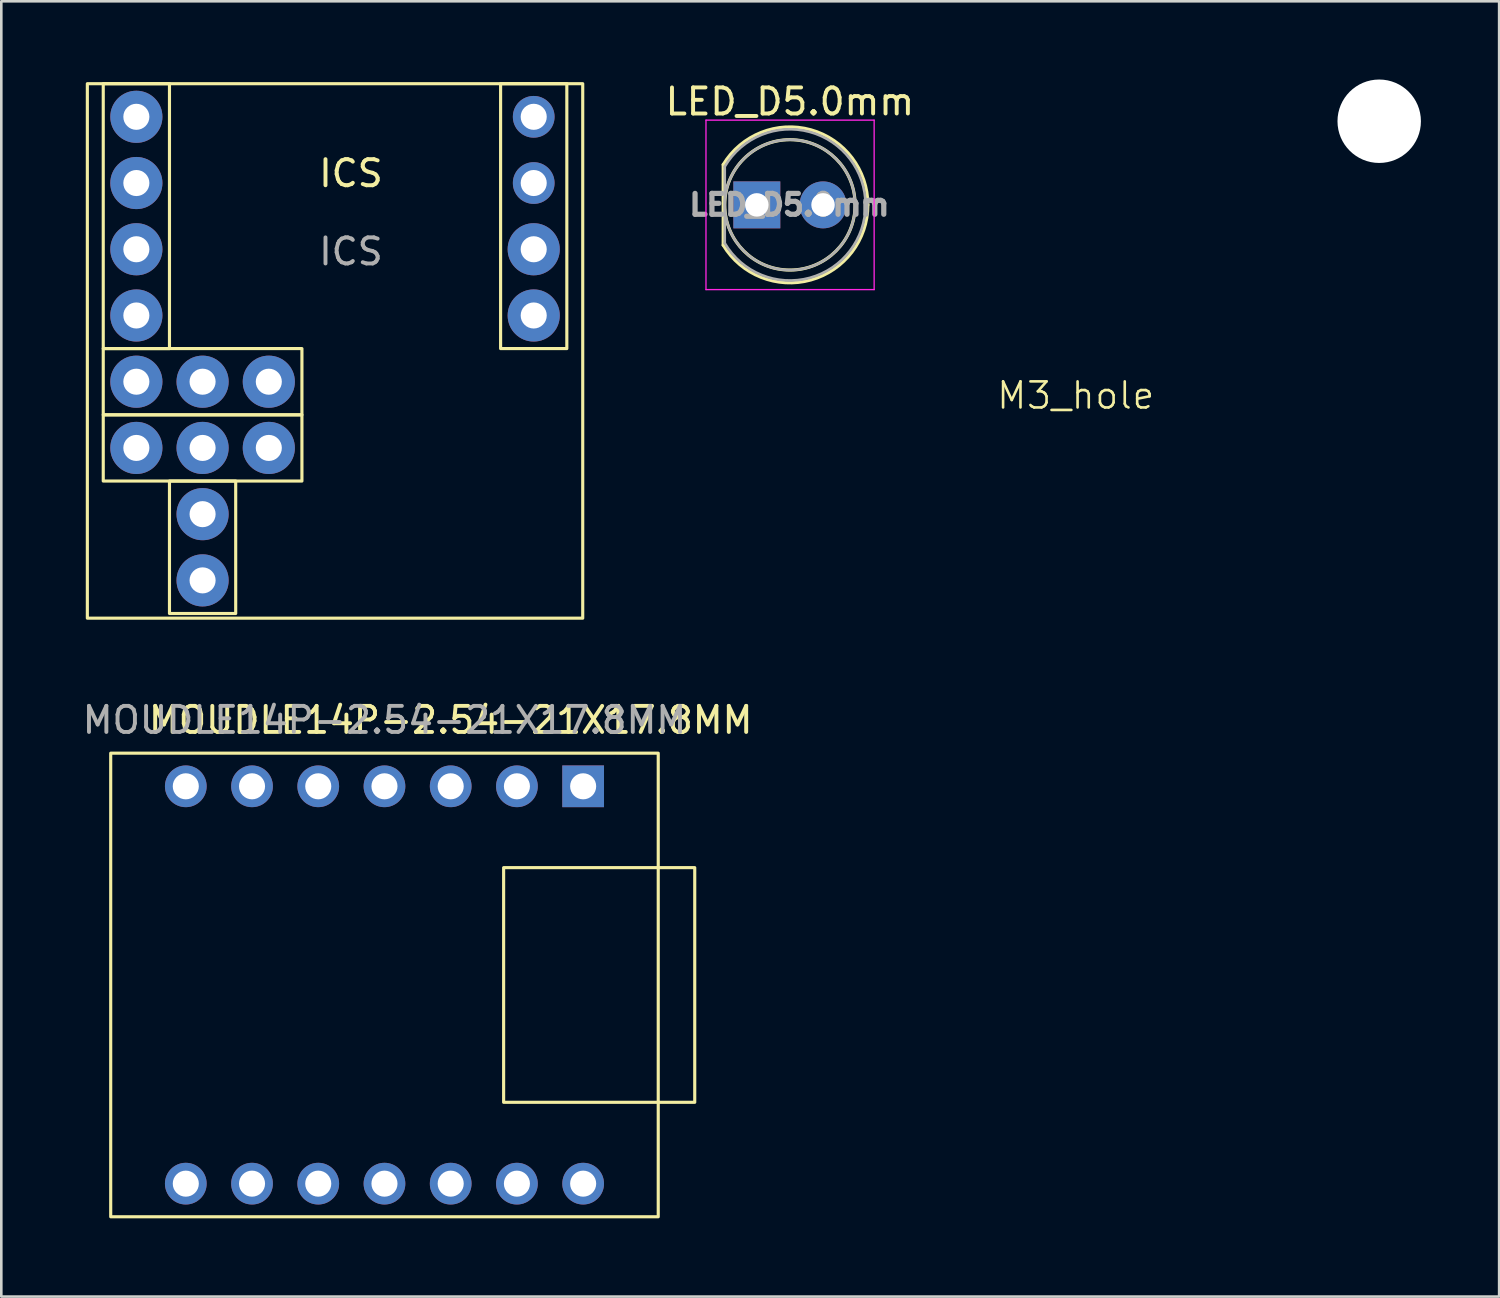
<source format=kicad_pcb>
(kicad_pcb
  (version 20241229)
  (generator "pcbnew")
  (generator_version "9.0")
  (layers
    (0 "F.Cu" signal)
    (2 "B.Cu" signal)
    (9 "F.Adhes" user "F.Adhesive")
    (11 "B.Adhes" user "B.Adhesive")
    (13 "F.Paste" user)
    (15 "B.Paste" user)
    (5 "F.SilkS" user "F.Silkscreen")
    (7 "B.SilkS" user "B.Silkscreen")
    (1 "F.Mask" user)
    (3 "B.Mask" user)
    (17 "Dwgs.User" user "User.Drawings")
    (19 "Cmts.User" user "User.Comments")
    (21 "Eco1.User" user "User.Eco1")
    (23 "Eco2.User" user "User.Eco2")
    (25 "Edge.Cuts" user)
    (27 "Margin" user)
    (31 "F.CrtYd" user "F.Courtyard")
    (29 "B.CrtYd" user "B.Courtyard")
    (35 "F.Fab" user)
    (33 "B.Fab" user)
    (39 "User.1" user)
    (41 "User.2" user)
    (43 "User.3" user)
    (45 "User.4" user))
  (footprint "MOUDLE14P-2.54-21X17.8MM"
    (layer "F.Cu")
    (at 11.696 34.728)
    (property "Reference" "MOUDLE14P-2.54-21X17.8MM" (at 2.54 -10.16 0) (unlocked yes) (layer "F.SilkS") (effects (font (size 1 1) (thickness 0.15))))
    (attr through_hole)
    (fp_rect (start -10.5 -8.89) (end 10.5 8.89) (stroke (width 0.12) (type solid)) (fill no) (layer "F.SilkS"))
    (fp_rect (start 4.57 -4.5) (end 11.9 4.5) (stroke (width 0.12) (type solid)) (fill no) (layer "F.SilkS"))
    (fp_text user "${REFERENCE}" (at 0 -10.16 0) (unlocked yes) (layer "F.Fab") (effects (font (size 1 1) (thickness 0.15))))
    (pad "1" thru_hole rect (at 7.62 -7.62) (size 1.6 1.6) (drill 1) (layers "*.Cu" "*.Mask"))
    (pad "2" thru_hole circle (at 5.08 -7.62) (size 1.6 1.6) (drill 1) (layers "*.Cu" "*.Mask"))
    (pad "3" thru_hole circle (at 2.54 -7.62) (size 1.6 1.6) (drill 1) (layers "*.Cu" "*.Mask"))
    (pad "4" thru_hole circle (at 0 -7.62) (size 1.6 1.6) (drill 1) (layers "*.Cu" "*.Mask"))
    (pad "5" thru_hole circle (at -2.54 -7.62) (size 1.6 1.6) (drill 1) (layers "*.Cu" "*.Mask"))
    (pad "6" thru_hole circle (at -5.08 -7.62) (size 1.6 1.6) (drill 1) (layers "*.Cu" "*.Mask"))
    (pad "7" thru_hole circle (at -7.62 -7.62) (size 1.6 1.6) (drill 1) (layers "*.Cu" "*.Mask"))
    (pad "8" thru_hole circle (at -7.62 7.62) (size 1.6 1.6) (drill 1) (layers "*.Cu" "*.Mask"))
    (pad "9" thru_hole circle (at -5.08 7.62) (size 1.6 1.6) (drill 1) (layers "*.Cu" "*.Mask"))
    (pad "10" thru_hole circle (at -2.54 7.62) (size 1.6 1.6) (drill 1) (layers "*.Cu" "*.Mask"))
    (pad "11" thru_hole circle (at 0 7.62) (size 1.6 1.6) (drill 1) (layers "*.Cu" "*.Mask"))
    (pad "12" thru_hole circle (at 2.54 7.62) (size 1.6 1.6) (drill 1) (layers "*.Cu" "*.Mask"))
    (pad "13" thru_hole circle (at 5.08 7.62) (size 1.6 1.6) (drill 1) (layers "*.Cu" "*.Mask"))
    (pad "14" thru_hole circle (at 7.62 7.62) (size 1.6 1.6) (drill 1) (layers "*.Cu" "*.Mask")))
  (footprint "M3_hole"
    (layer "F.Cu")
    (at 49.848 1.6)
    (property "Reference" "M3_hole" (at -11.64 10.52 0) (unlocked yes) (layer "F.SilkS") (effects (font (size 1 1) (thickness 0.1))))
    (attr through_hole)
    (pad "" np_thru_hole circle (at 0 0) (size 3.2 3.2) (drill 3.2) (layers "*.Cu" "*.Mask")))
  (footprint "LED_D5.0mm"
    (layer "F.Cu")
    (at 25.977 4.808)
    (property "Reference" "LED_D5.0mm" (at 1.27 -3.96 0) (layer "F.SilkS") (effects (font (size 1 1) (thickness 0.15))))
    (attr through_hole)
    (fp_line (start -1.29 -1.545) (end -1.29 1.545) (stroke (width 0.12) (type solid)) (layer "F.SilkS"))
    (fp_arc (start -1.29 -1.54483) (mid 2.072002 -2.880433) (end 4.26 0.000462) (stroke (width 0.12) (type solid)) (layer "F.SilkS"))
    (fp_arc (start 4.26 -0.000462) (mid 2.072002 2.880433) (end -1.29 1.54483) (stroke (width 0.12) (type solid)) (layer "F.SilkS"))
    (fp_circle (center 1.27 0) (end 3.77 0) (stroke (width 0.12) (type solid)) (fill no) (layer "F.SilkS"))
    (fp_line (start -1.95 -3.25) (end -1.95 3.25) (stroke (width 0.05) (type solid)) (layer "F.CrtYd"))
    (fp_line (start -1.95 3.25) (end 4.5 3.25) (stroke (width 0.05) (type solid)) (layer "F.CrtYd"))
    (fp_line (start 4.5 -3.25) (end -1.95 -3.25) (stroke (width 0.05) (type solid)) (layer "F.CrtYd"))
    (fp_line (start 4.5 3.25) (end 4.5 -3.25) (stroke (width 0.05) (type solid)) (layer "F.CrtYd"))
    (fp_line (start -1.23 -1.47) (end -1.23 1.47) (stroke (width 0.1) (type solid)) (layer "F.Fab"))
    (fp_arc (start -1.23 -1.469694) (mid 4.17 0.000016) (end -1.230016 1.469666) (stroke (width 0.1) (type solid)) (layer "F.Fab"))
    (fp_circle (center 1.27 0) (end 3.77 0) (stroke (width 0.1) (type solid)) (fill no) (layer "F.Fab"))
    (fp_text user "${REFERENCE}" (at 1.25 0 0) (layer "F.Fab") (effects (font (size 0.8 0.8) (thickness 0.2))))
    (pad "1" thru_hole rect (at 0 0) (size 1.8 1.8) (drill 0.9) (layers "*.Cu" "*.Mask"))
    (pad "2" thru_hole circle (at 2.54 0) (size 1.8 1.8) (drill 0.9) (layers "*.Cu" "*.Mask")))
  (footprint "ICS"
    (layer "F.Cu")
    (at 0.25 0.25)
    (property "Reference" "ICS" (at 10.16 3.35 0) (unlocked yes) (layer "F.SilkS") (effects (font (size 1 1) (thickness 0.15))))
    (attr through_hole)
    (fp_rect (start 0.05 -0.09) (end 19.05 20.41) (stroke (width 0.12) (type solid)) (fill no) (layer "F.SilkS"))
    (fp_rect (start 0.66 -0.09) (end 3.2 10.07) (stroke (width 0.12) (type solid)) (fill no) (layer "F.SilkS"))
    (fp_rect (start 0.66 12.61) (end 8.28 10.07) (stroke (width 0.12) (type solid)) (fill no) (layer "F.SilkS"))
    (fp_rect (start 0.66 15.15) (end 8.28 12.61) (stroke (width 0.12) (type solid)) (fill no) (layer "F.SilkS"))
    (fp_rect (start 5.74 20.23) (end 3.2 15.15) (stroke (width 0.12) (type solid)) (fill no) (layer "F.SilkS"))
    (fp_rect (start 15.9 -0.09) (end 18.44 10.07) (stroke (width 0.12) (type solid)) (fill no) (layer "F.SilkS"))
    (fp_text user "${REFERENCE}" (at 10.16 6.35 0) (unlocked yes) (layer "F.Fab") (effects (font (size 1 1) (thickness 0.15))))
    (pad "1" thru_hole circle (at 1.93 1.18) (size 2 2) (drill 1) (layers "*.Cu" "*.Mask"))
    (pad "2" thru_hole circle (at 1.93 3.72) (size 2 2) (drill 1) (layers "*.Cu" "*.Mask"))
    (pad "3" thru_hole circle (at 1.93 6.26) (size 2 2) (drill 1) (layers "*.Cu" "*.Mask"))
    (pad "4" thru_hole circle (at 1.93 8.8) (size 2 2) (drill 1) (layers "*.Cu" "*.Mask"))
    (pad "5" thru_hole circle (at 17.17 8.8) (size 2 2) (drill 1) (layers "*.Cu" "*.Mask"))
    (pad "6" thru_hole circle (at 17.17 6.26) (size 2 2) (drill 1) (layers "*.Cu" "*.Mask"))
    (pad "7" thru_hole circle (at 17.17 3.72) (size 1.6 1.6) (drill 1) (layers "*.Cu" "*.Mask"))
    (pad "8" thru_hole circle (at 17.17 1.18) (size 1.6 1.6) (drill 1) (layers "*.Cu" "*.Mask"))
    (pad "9" thru_hole circle (at 1.93 11.34) (size 2 2) (drill 1) (layers "*.Cu" "*.Mask"))
    (pad "10" thru_hole circle (at 4.47 11.34) (size 2 2) (drill 1) (layers "*.Cu" "*.Mask"))
    (pad "11" thru_hole circle (at 7.01 11.34) (size 2 2) (drill 1) (layers "*.Cu" "*.Mask"))
    (pad "12" thru_hole circle (at 1.93 13.88) (size 2 2) (drill 1) (layers "*.Cu" "*.Mask"))
    (pad "13" thru_hole circle (at 4.47 13.88) (size 2 2) (drill 1) (layers "*.Cu" "*.Mask"))
    (pad "14" thru_hole circle (at 7.01 13.88) (size 2 2) (drill 1) (layers "*.Cu" "*.Mask"))
    (pad "15" thru_hole circle (at 4.47 16.42) (size 2 2) (drill 1) (layers "*.Cu" "*.Mask"))
    (pad "16" thru_hole circle (at 4.47 18.96) (size 2 2) (drill 1) (layers "*.Cu" "*.Mask")))
  (gr_rect
    (start -3 -3)
    (end 54.448 46.678)
    (stroke (width 0.1) (type default))
    (fill no)
    (layer "Edge.Cuts")))
</source>
